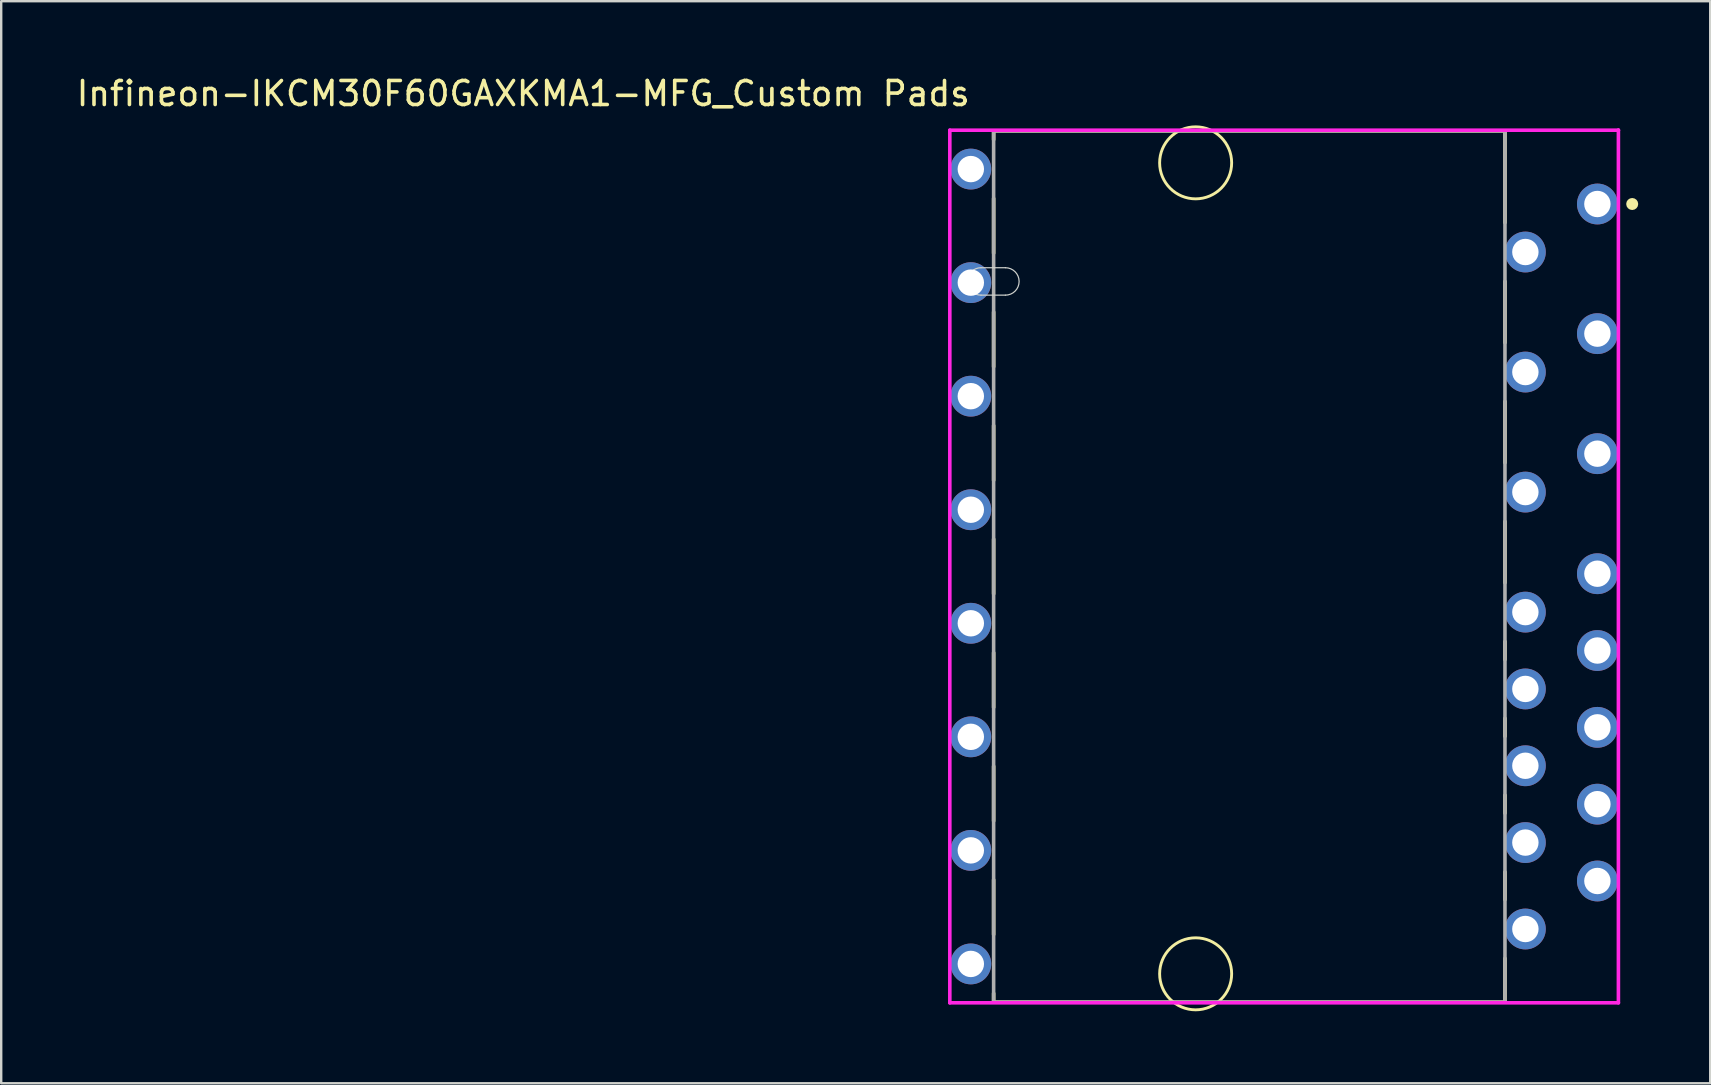
<source format=kicad_pcb>
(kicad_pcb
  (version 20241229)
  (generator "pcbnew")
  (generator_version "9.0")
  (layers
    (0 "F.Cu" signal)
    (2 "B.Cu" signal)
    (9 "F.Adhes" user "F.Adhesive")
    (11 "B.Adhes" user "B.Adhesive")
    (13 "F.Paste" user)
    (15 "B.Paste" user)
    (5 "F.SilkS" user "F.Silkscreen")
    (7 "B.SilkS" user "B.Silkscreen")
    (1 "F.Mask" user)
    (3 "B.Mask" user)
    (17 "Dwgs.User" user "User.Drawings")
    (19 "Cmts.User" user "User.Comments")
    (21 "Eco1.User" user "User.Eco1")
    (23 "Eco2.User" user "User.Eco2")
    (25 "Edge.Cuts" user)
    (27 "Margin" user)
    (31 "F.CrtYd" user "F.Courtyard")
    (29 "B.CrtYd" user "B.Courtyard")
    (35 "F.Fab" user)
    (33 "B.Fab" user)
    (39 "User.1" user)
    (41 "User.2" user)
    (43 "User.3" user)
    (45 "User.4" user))
  (footprint "Infineon-IKCM30F60GAXKMA1-MFG_Custom Pads"
    (layer "F.Cu")
    (at 48.99 20.548)
    (property "Reference" "Infineon-IKCM30F60GAXKMA1-MFG_Custom Pads" (at -11.55 -19.7 180) (layer "F.SilkS") (effects (font (size 1 1) (thickness 0.15)) (justify right)))
    (attr through_hole)
    (fp_line (start -10.65 -18.15) (end 10.65 -18.15) (stroke (width 0.15) (type solid)) (layer "F.SilkS"))
    (fp_line (start -10.65 -17.78) (end -10.65 -18.15) (stroke (width 0.15) (type solid)) (layer "F.SilkS"))
    (fp_line (start -10.65 -13.05) (end -10.65 -15.33) (stroke (width 0.15) (type solid)) (layer "F.SilkS"))
    (fp_line (start -10.65 -8.32) (end -10.65 -10.6) (stroke (width 0.15) (type solid)) (layer "F.SilkS"))
    (fp_line (start -10.65 -3.59) (end -10.65 -5.87) (stroke (width 0.15) (type solid)) (layer "F.SilkS"))
    (fp_line (start -10.65 1.14) (end -10.65 -1.14) (stroke (width 0.15) (type solid)) (layer "F.SilkS"))
    (fp_line (start -10.65 5.87) (end -10.65 3.59) (stroke (width 0.15) (type solid)) (layer "F.SilkS"))
    (fp_line (start -10.65 10.6) (end -10.65 8.32) (stroke (width 0.15) (type solid)) (layer "F.SilkS"))
    (fp_line (start -10.65 15.33) (end -10.65 13.05) (stroke (width 0.15) (type solid)) (layer "F.SilkS"))
    (fp_line (start -10.65 18.15) (end -10.65 17.78) (stroke (width 0.15) (type solid)) (layer "F.SilkS"))
    (fp_line (start -10.65 18.15) (end 10.65 18.15) (stroke (width 0.15) (type solid)) (layer "F.SilkS"))
    (fp_line (start 10.65 -14.325) (end 10.65 -18.15) (stroke (width 0.15) (type solid)) (layer "F.SilkS"))
    (fp_line (start 10.65 -9.325) (end 10.65 -11.875) (stroke (width 0.15) (type solid)) (layer "F.SilkS"))
    (fp_line (start 10.65 -4.325) (end 10.65 -6.875) (stroke (width 0.15) (type solid)) (layer "F.SilkS"))
    (fp_line (start 10.65 0.675) (end 10.65 -1.875) (stroke (width 0.15) (type solid)) (layer "F.SilkS"))
    (fp_line (start 10.65 3.875) (end 10.65 3.125) (stroke (width 0.15) (type solid)) (layer "F.SilkS"))
    (fp_line (start 10.65 7.075) (end 10.65 6.325) (stroke (width 0.15) (type solid)) (layer "F.SilkS"))
    (fp_line (start 10.65 10.275) (end 10.65 9.525) (stroke (width 0.15) (type solid)) (layer "F.SilkS"))
    (fp_line (start 10.65 13.875) (end 10.65 12.725) (stroke (width 0.15) (type solid)) (layer "F.SilkS"))
    (fp_line (start 10.65 18.15) (end 10.65 16.325) (stroke (width 0.15) (type solid)) (layer "F.SilkS"))
    (fp_circle (center -2.235 -16.815) (end -0.735 -16.815) (stroke (width 0.12) (type solid)) (fill no) (layer "F.SilkS"))
    (fp_circle (center -2.235 16.967) (end -0.735 16.967) (stroke (width 0.12) (type solid)) (fill no) (layer "F.SilkS"))
    (fp_circle (center 15.95 -15.1) (end 16.075 -15.1) (stroke (width 0.25) (type solid)) (fill no) (layer "F.SilkS"))
    (fp_line (start -11.176 -12.446) (end -10.16 -12.446) (stroke (width 0.05) (type default)) (layer "Edge.Cuts"))
    (fp_line (start -10.16 -11.303) (end -11.176 -11.303) (stroke (width 0.05) (type default)) (layer "Edge.Cuts"))
    (fp_arc (start -11.176 -11.303) (mid -11.7475 -11.8745) (end -11.176 -12.446) (stroke (width 0.05) (type default)) (layer "Edge.Cuts"))
    (fp_arc (start -10.16 -12.446) (mid -9.5885 -11.8745) (end -10.16 -11.303) (stroke (width 0.05) (type default)) (layer "Edge.Cuts"))
    (fp_line (start -12.475 -18.175) (end -12.475 18.175) (stroke (width 0.15) (type solid)) (layer "F.CrtYd"))
    (fp_line (start -12.475 18.175) (end 15.375 18.175) (stroke (width 0.15) (type solid)) (layer "F.CrtYd"))
    (fp_line (start 15.375 -18.175) (end -12.475 -18.175) (stroke (width 0.15) (type solid)) (layer "F.CrtYd"))
    (fp_line (start 15.375 -18.175) (end 15.375 -18.175) (stroke (width 0.15) (type solid)) (layer "F.CrtYd"))
    (fp_line (start 15.375 18.175) (end 15.375 -18.175) (stroke (width 0.15) (type solid)) (layer "F.CrtYd"))
    (fp_line (start -10.65 -18.15) (end 10.65 -18.15) (stroke (width 0.15) (type solid)) (layer "F.Fab"))
    (fp_line (start -10.65 18.15) (end -10.65 -18.15) (stroke (width 0.15) (type solid)) (layer "F.Fab"))
    (fp_line (start 10.65 -18.15) (end 10.65 18.15) (stroke (width 0.15) (type solid)) (layer "F.Fab"))
    (fp_line (start 10.65 18.15) (end -10.65 18.15) (stroke (width 0.15) (type solid)) (layer "F.Fab"))
    (pad "1" thru_hole circle (at 14.5 -15.1) (size 1.7 1.7) (drill 1.1) (layers "*.Cu" "*.Mask"))
    (pad "2" thru_hole circle (at 11.5 -13.1) (size 1.7 1.7) (drill 1.1) (layers "*.Cu" "*.Mask"))
    (pad "3" thru_hole circle (at 14.5 -9.7) (size 1.7 1.7) (drill 1.1) (layers "*.Cu" "*.Mask"))
    (pad "4" thru_hole circle (at 11.5 -8.1) (size 1.7 1.7) (drill 1.1) (layers "*.Cu" "*.Mask"))
    (pad "5" thru_hole circle (at 14.5 -4.7) (size 1.7 1.7) (drill 1.1) (layers "*.Cu" "*.Mask"))
    (pad "6" thru_hole circle (at 11.5 -3.1) (size 1.7 1.7) (drill 1.1) (layers "*.Cu" "*.Mask"))
    (pad "7" thru_hole circle (at 14.5 0.3) (size 1.7 1.7) (drill 1.1) (layers "*.Cu" "*.Mask"))
    (pad "8" thru_hole circle (at 11.5 1.9) (size 1.7 1.7) (drill 1.1) (layers "*.Cu" "*.Mask"))
    (pad "9" thru_hole circle (at 14.5 3.5) (size 1.7 1.7) (drill 1.1) (layers "*.Cu" "*.Mask"))
    (pad "10" thru_hole circle (at 11.5 5.1) (size 1.7 1.7) (drill 1.1) (layers "*.Cu" "*.Mask"))
    (pad "11" thru_hole circle (at 14.5 6.7) (size 1.7 1.7) (drill 1.1) (layers "*.Cu" "*.Mask"))
    (pad "12" thru_hole circle (at 11.5 8.3) (size 1.7 1.7) (drill 1.1) (layers "*.Cu" "*.Mask"))
    (pad "13" thru_hole circle (at 14.5 9.9) (size 1.7 1.7) (drill 1.1) (layers "*.Cu" "*.Mask"))
    (pad "14" thru_hole circle (at 11.5 11.5) (size 1.7 1.7) (drill 1.1) (layers "*.Cu" "*.Mask"))
    (pad "15" thru_hole circle (at 14.5 13.1) (size 1.7 1.7) (drill 1.1) (layers "*.Cu" "*.Mask"))
    (pad "16" thru_hole circle (at 11.5 15.1) (size 1.7 1.7) (drill 1.1) (layers "*.Cu" "*.Mask"))
    (pad "17" thru_hole circle (at -11.6 16.555) (size 1.7 1.7) (drill 1.1) (layers "*.Cu" "*.Mask"))
    (pad "18" thru_hole circle (at -11.6 11.825) (size 1.7 1.7) (drill 1.1) (layers "*.Cu" "*.Mask"))
    (pad "19" thru_hole circle (at -11.6 7.095) (size 1.7 1.7) (drill 1.1) (layers "*.Cu" "*.Mask"))
    (pad "20" thru_hole circle (at -11.6 2.365) (size 1.7 1.7) (drill 1.1) (layers "*.Cu" "*.Mask"))
    (pad "21" thru_hole circle (at -11.6 -2.365) (size 1.7 1.7) (drill 1.1) (layers "*.Cu" "*.Mask"))
    (pad "22" thru_hole circle (at -11.6 -7.095) (size 1.7 1.7) (drill 1.1) (layers "*.Cu" "*.Mask"))
    (pad "23" thru_hole circle (at -11.6 -11.825) (size 1.7 1.7) (drill 1.1) (layers "*.Cu" "*.Mask"))
    (pad "24" thru_hole circle (at -11.6 -16.555) (size 1.7 1.7) (drill 1.1) (layers "*.Cu" "*.Mask")))
  (gr_rect
    (start -3 -3)
    (end 68.19 42.075)
    (stroke (width 0.1) (type default))
    (fill no)
    (layer "Edge.Cuts")))
</source>
